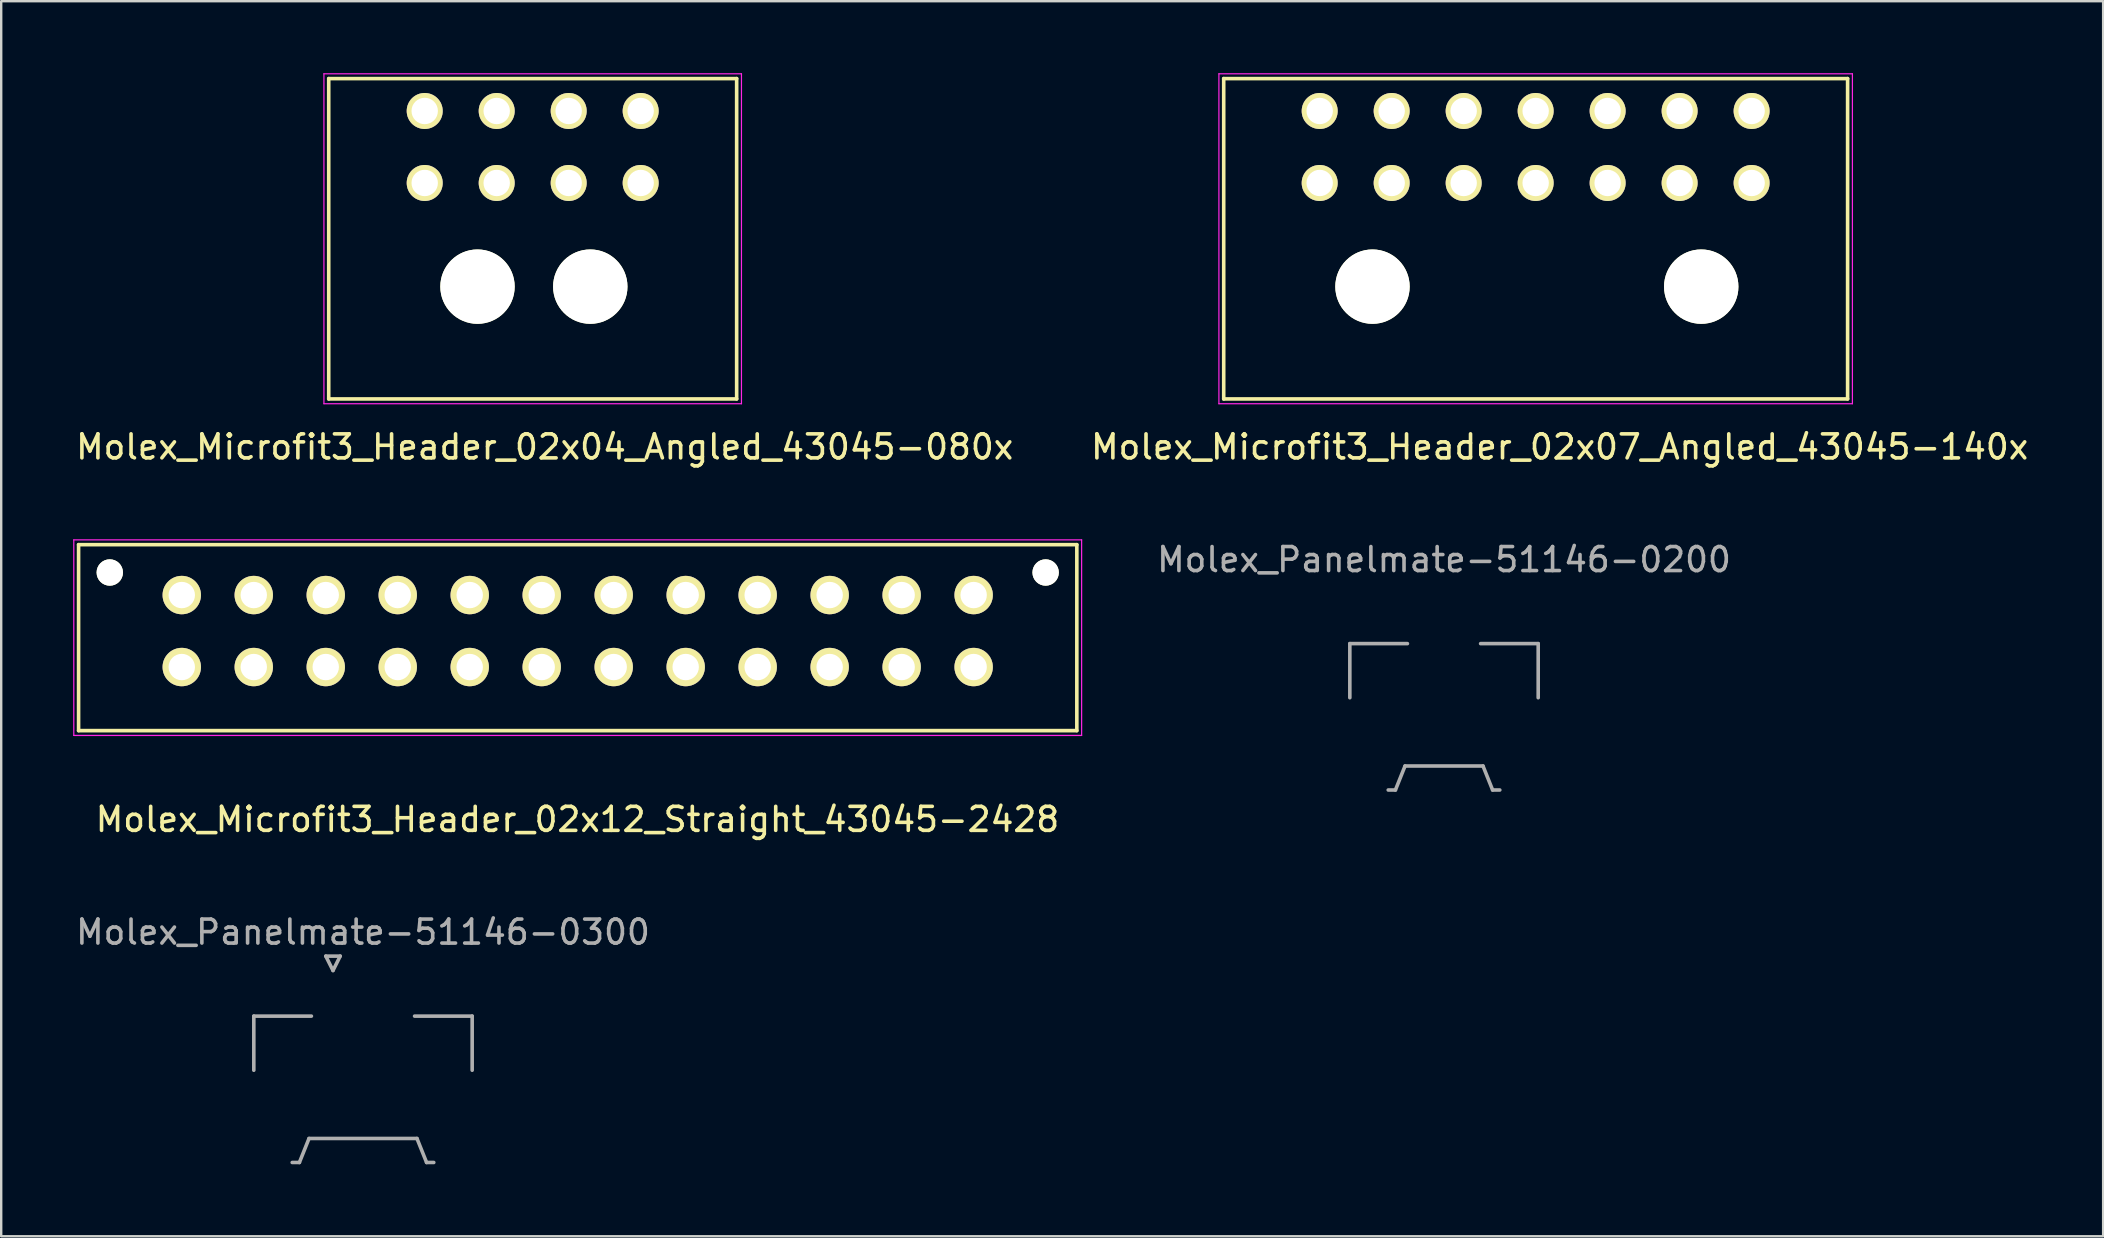
<source format=kicad_pcb>
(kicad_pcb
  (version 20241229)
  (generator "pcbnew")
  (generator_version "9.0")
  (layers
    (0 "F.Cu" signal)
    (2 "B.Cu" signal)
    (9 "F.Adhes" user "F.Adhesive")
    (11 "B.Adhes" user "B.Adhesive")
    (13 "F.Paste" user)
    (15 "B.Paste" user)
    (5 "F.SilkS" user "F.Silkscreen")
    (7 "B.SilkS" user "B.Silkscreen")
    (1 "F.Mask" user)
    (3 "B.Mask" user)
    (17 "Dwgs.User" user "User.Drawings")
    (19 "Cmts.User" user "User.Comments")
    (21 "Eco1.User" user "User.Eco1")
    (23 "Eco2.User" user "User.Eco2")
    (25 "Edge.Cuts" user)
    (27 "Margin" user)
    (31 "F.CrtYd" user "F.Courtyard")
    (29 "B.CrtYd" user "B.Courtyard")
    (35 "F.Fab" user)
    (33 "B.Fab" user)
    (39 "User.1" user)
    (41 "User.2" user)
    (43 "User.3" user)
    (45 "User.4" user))
  (footprint "Molex_Microfit3_Header_02x04_Angled_43045-080x"
    (layer "F.Cu")
    (at 23.649 4.575)
    (property "Reference" "Molex_Microfit3_Header_02x04_Angled_43045-080x" (at -4 11 0) (layer "F.SilkS") (effects (font (size 1 1) (thickness 0.15))))
    (attr through_hole)
    (fp_line (start -13 -4.35) (end 4 -4.35) (stroke (width 0.15) (type solid)) (layer "F.SilkS"))
    (fp_line (start -13 9) (end -13 -4.35) (stroke (width 0.15) (type solid)) (layer "F.SilkS"))
    (fp_line (start 4 -4.35) (end 4 9) (stroke (width 0.15) (type solid)) (layer "F.SilkS"))
    (fp_line (start 4 9) (end -13 9) (stroke (width 0.15) (type solid)) (layer "F.SilkS"))
    (fp_line (start -13.2 -4.55) (end -13.2 9.2) (stroke (width 0.05) (type solid)) (layer "F.CrtYd"))
    (fp_line (start -13.2 9.2) (end 4.2 9.2) (stroke (width 0.05) (type solid)) (layer "F.CrtYd"))
    (fp_line (start 4.2 -4.55) (end -13.2 -4.55) (stroke (width 0.05) (type solid)) (layer "F.CrtYd"))
    (fp_line (start 4.2 9.2) (end 4.2 -4.55) (stroke (width 0.05) (type solid)) (layer "F.CrtYd"))
    (pad "" np_thru_hole circle (at -6.8 4.32) (size 3.1 3.1) (drill 3.1) (layers "*.Cu" "*.Mask" "F.SilkS"))
    (pad "" np_thru_hole circle (at -2.1 4.32) (size 3.1 3.1) (drill 3.1) (layers "*.Cu" "*.Mask" "F.SilkS"))
    (pad "1" thru_hole circle (at 0 0) (size 1.5 1.5) (drill 1.1) (layers "*.Cu" "*.Mask" "F.SilkS"))
    (pad "2" thru_hole circle (at -3 0) (size 1.5 1.5) (drill 1.1) (layers "*.Cu" "*.Mask" "F.SilkS"))
    (pad "3" thru_hole circle (at -6 0) (size 1.5 1.5) (drill 1.1) (layers "*.Cu" "*.Mask" "F.SilkS"))
    (pad "4" thru_hole circle (at -9 0) (size 1.5 1.5) (drill 1.1) (layers "*.Cu" "*.Mask" "F.SilkS"))
    (pad "5" thru_hole circle (at 0 -3) (size 1.5 1.5) (drill 1.1) (layers "*.Cu" "*.Mask" "F.SilkS"))
    (pad "6" thru_hole circle (at -3 -3) (size 1.5 1.5) (drill 1.1) (layers "*.Cu" "*.Mask" "F.SilkS"))
    (pad "7" thru_hole circle (at -6 -3) (size 1.5 1.5) (drill 1.1) (layers "*.Cu" "*.Mask" "F.SilkS"))
    (pad "8" thru_hole circle (at -9 -3) (size 1.5 1.5) (drill 1.1) (layers "*.Cu" "*.Mask" "F.SilkS")))
  (footprint "Molex_Microfit3_Header_02x07_Angled_43045-140x"
    (layer "F.Cu")
    (at 69.946 4.575)
    (property "Reference" "Molex_Microfit3_Header_02x07_Angled_43045-140x" (at -8 11 0) (layer "F.SilkS") (effects (font (size 1 1) (thickness 0.15))))
    (attr through_hole)
    (fp_line (start -22 -4.35) (end 4 -4.35) (stroke (width 0.15) (type solid)) (layer "F.SilkS"))
    (fp_line (start -22 9) (end -22 -4.35) (stroke (width 0.15) (type solid)) (layer "F.SilkS"))
    (fp_line (start 4 -4.35) (end 4 9) (stroke (width 0.15) (type solid)) (layer "F.SilkS"))
    (fp_line (start 4 9) (end -22 9) (stroke (width 0.15) (type solid)) (layer "F.SilkS"))
    (fp_line (start -22.2 -4.55) (end -22.2 9.2) (stroke (width 0.05) (type solid)) (layer "F.CrtYd"))
    (fp_line (start -22.2 9.2) (end 4.2 9.2) (stroke (width 0.05) (type solid)) (layer "F.CrtYd"))
    (fp_line (start 4.2 -4.55) (end -22.2 -4.55) (stroke (width 0.05) (type solid)) (layer "F.CrtYd"))
    (fp_line (start 4.2 9.2) (end 4.2 -4.55) (stroke (width 0.05) (type solid)) (layer "F.CrtYd"))
    (pad "" np_thru_hole circle (at -15.8 4.32) (size 3.1 3.1) (drill 3.1) (layers "*.Cu" "*.Mask" "F.SilkS"))
    (pad "" np_thru_hole circle (at -2.1 4.32) (size 3.1 3.1) (drill 3.1) (layers "*.Cu" "*.Mask" "F.SilkS"))
    (pad "1" thru_hole circle (at 0 0) (size 1.5 1.5) (drill 1.1) (layers "*.Cu" "*.Mask" "F.SilkS"))
    (pad "2" thru_hole circle (at -3 0) (size 1.5 1.5) (drill 1.1) (layers "*.Cu" "*.Mask" "F.SilkS"))
    (pad "3" thru_hole circle (at -6 0) (size 1.5 1.5) (drill 1.1) (layers "*.Cu" "*.Mask" "F.SilkS"))
    (pad "4" thru_hole circle (at -9 0) (size 1.5 1.5) (drill 1.1) (layers "*.Cu" "*.Mask" "F.SilkS"))
    (pad "5" thru_hole circle (at -12 0) (size 1.5 1.5) (drill 1.1) (layers "*.Cu" "*.Mask" "F.SilkS"))
    (pad "6" thru_hole circle (at -15 0) (size 1.5 1.5) (drill 1.1) (layers "*.Cu" "*.Mask" "F.SilkS"))
    (pad "7" thru_hole circle (at -18 0) (size 1.5 1.5) (drill 1.1) (layers "*.Cu" "*.Mask" "F.SilkS"))
    (pad "8" thru_hole circle (at 0 -3) (size 1.5 1.5) (drill 1.1) (layers "*.Cu" "*.Mask" "F.SilkS"))
    (pad "9" thru_hole circle (at -3 -3) (size 1.5 1.5) (drill 1.1) (layers "*.Cu" "*.Mask" "F.SilkS"))
    (pad "10" thru_hole circle (at -6 -3) (size 1.5 1.5) (drill 1.1) (layers "*.Cu" "*.Mask" "F.SilkS"))
    (pad "11" thru_hole circle (at -9 -3) (size 1.5 1.5) (drill 1.1) (layers "*.Cu" "*.Mask" "F.SilkS"))
    (pad "12" thru_hole circle (at -12 -3) (size 1.5 1.5) (drill 1.1) (layers "*.Cu" "*.Mask" "F.SilkS"))
    (pad "13" thru_hole circle (at -15 -3) (size 1.5 1.5) (drill 1.1) (layers "*.Cu" "*.Mask" "F.SilkS"))
    (pad "14" thru_hole circle (at -18 -3) (size 1.5 1.5) (drill 1.1) (layers "*.Cu" "*.Mask" "F.SilkS")))
  (footprint "Molex_Microfit3_Header_02x12_Straight_43045-2428"
    (layer "F.Cu")
    (at 37.525 24.748)
    (property "Reference" "Molex_Microfit3_Header_02x12_Straight_43045-2428" (at -16.51 6.35 0) (layer "F.SilkS") (effects (font (size 1 1) (thickness 0.15))))
    (attr through_hole)
    (fp_line (start -37.3 2.65) (end -37.3 -5.1) (stroke (width 0.15) (type solid)) (layer "F.SilkS"))
    (fp_line (start 4.3 -5.1) (end -37.3 -5.1) (stroke (width 0.15) (type solid)) (layer "F.SilkS"))
    (fp_line (start 4.3 2.65) (end -37.3 2.65) (stroke (width 0.15) (type solid)) (layer "F.SilkS"))
    (fp_line (start 4.3 2.65) (end 4.3 -5.1) (stroke (width 0.15) (type solid)) (layer "F.SilkS"))
    (fp_line (start -37.5 2.85) (end -37.5 -5.3) (stroke (width 0.05) (type solid)) (layer "F.CrtYd"))
    (fp_line (start 4.5 -5.3) (end -37.5 -5.3) (stroke (width 0.05) (type solid)) (layer "F.CrtYd"))
    (fp_line (start 4.5 2.85) (end -37.5 2.85) (stroke (width 0.05) (type solid)) (layer "F.CrtYd"))
    (fp_line (start 4.5 2.85) (end 4.5 -5.3) (stroke (width 0.05) (type solid)) (layer "F.CrtYd"))
    (pad "" np_thru_hole circle (at -36 -3.94) (size 1.1 1.1) (drill 1.1) (layers "*.Cu" "*.Mask" "F.SilkS"))
    (pad "" np_thru_hole circle (at 3 -3.94) (size 1.1 1.1) (drill 1.1) (layers "*.Cu" "*.Mask" "F.SilkS"))
    (pad "1" thru_hole circle (at 0 0) (size 1.6 1.6) (drill 1.1) (layers "*.Cu" "*.Mask" "F.SilkS"))
    (pad "2" thru_hole circle (at -3 0) (size 1.6 1.6) (drill 1.1) (layers "*.Cu" "*.Mask" "F.SilkS"))
    (pad "3" thru_hole circle (at -6 0) (size 1.6 1.6) (drill 1.1) (layers "*.Cu" "*.Mask" "F.SilkS"))
    (pad "4" thru_hole circle (at -9 0) (size 1.6 1.6) (drill 1.1) (layers "*.Cu" "*.Mask" "F.SilkS"))
    (pad "5" thru_hole circle (at -12 0) (size 1.6 1.6) (drill 1.1) (layers "*.Cu" "*.Mask" "F.SilkS"))
    (pad "6" thru_hole circle (at -15 0) (size 1.6 1.6) (drill 1.1) (layers "*.Cu" "*.Mask" "F.SilkS"))
    (pad "7" thru_hole circle (at -18 0) (size 1.6 1.6) (drill 1.1) (layers "*.Cu" "*.Mask" "F.SilkS"))
    (pad "8" thru_hole circle (at -21 0) (size 1.6 1.6) (drill 1.1) (layers "*.Cu" "*.Mask" "F.SilkS"))
    (pad "9" thru_hole circle (at -24 0) (size 1.6 1.6) (drill 1.1) (layers "*.Cu" "*.Mask" "F.SilkS"))
    (pad "10" thru_hole circle (at -27 0) (size 1.6 1.6) (drill 1.1) (layers "*.Cu" "*.Mask" "F.SilkS"))
    (pad "11" thru_hole circle (at -30 0) (size 1.6 1.6) (drill 1.1) (layers "*.Cu" "*.Mask" "F.SilkS"))
    (pad "12" thru_hole circle (at -33 0) (size 1.6 1.6) (drill 1.1) (layers "*.Cu" "*.Mask" "F.SilkS"))
    (pad "13" thru_hole circle (at 0 -3) (size 1.6 1.6) (drill 1.1) (layers "*.Cu" "*.Mask" "F.SilkS"))
    (pad "14" thru_hole circle (at -3 -3) (size 1.6 1.6) (drill 1.1) (layers "*.Cu" "*.Mask" "F.SilkS"))
    (pad "15" thru_hole circle (at -6 -3) (size 1.6 1.6) (drill 1.1) (layers "*.Cu" "*.Mask" "F.SilkS"))
    (pad "16" thru_hole circle (at -9 -3) (size 1.6 1.6) (drill 1.1) (layers "*.Cu" "*.Mask" "F.SilkS"))
    (pad "17" thru_hole circle (at -12 -3) (size 1.6 1.6) (drill 1.1) (layers "*.Cu" "*.Mask" "F.SilkS"))
    (pad "18" thru_hole circle (at -15 -3) (size 1.6 1.6) (drill 1.1) (layers "*.Cu" "*.Mask" "F.SilkS"))
    (pad "19" thru_hole circle (at -18 -3) (size 1.6 1.6) (drill 1.1) (layers "*.Cu" "*.Mask" "F.SilkS"))
    (pad "20" thru_hole circle (at -21 -3) (size 1.6 1.6) (drill 1.1) (layers "*.Cu" "*.Mask" "F.SilkS"))
    (pad "21" thru_hole circle (at -24 -3) (size 1.6 1.6) (drill 1.1) (layers "*.Cu" "*.Mask" "F.SilkS"))
    (pad "22" thru_hole circle (at -27 -3) (size 1.6 1.6) (drill 1.1) (layers "*.Cu" "*.Mask" "F.SilkS"))
    (pad "23" thru_hole circle (at -30 -3) (size 1.6 1.6) (drill 1.1) (layers "*.Cu" "*.Mask" "F.SilkS"))
    (pad "24" thru_hole circle (at -33 -3) (size 1.6 1.6) (drill 1.1) (layers "*.Cu" "*.Mask" "F.SilkS")))
  (footprint "Molex_Panelmate-51146-0300"
    (layer "F.Cu")
    (at 12.077 41.285)
    (property "Reference" "Molex_Panelmate-51146-0300" (at 0 -5.49 0) (layer "F.Fab") (effects (font (size 1 1) (thickness 0.15))))
    (attr smd)
    (fp_line (start -4.55 -1.99) (end -4.55 0.265) (stroke (width 0.15) (type solid)) (layer "F.Fab"))
    (fp_line (start -2.95 4.11) (end -2.65 4.11) (stroke (width 0.15) (type solid)) (layer "F.Fab"))
    (fp_line (start -2.65 4.11) (end -2.25 3.11) (stroke (width 0.15) (type solid)) (layer "F.Fab"))
    (fp_line (start -2.25 3.11) (end 2.25 3.11) (stroke (width 0.15) (type solid)) (layer "F.Fab"))
    (fp_line (start -2.15 -1.99) (end -4.55 -1.99) (stroke (width 0.15) (type solid)) (layer "F.Fab"))
    (fp_line (start -1.55 -4.49) (end -1.25 -3.89) (stroke (width 0.15) (type solid)) (layer "F.Fab"))
    (fp_line (start -1.25 -3.89) (end -0.95 -4.49) (stroke (width 0.15) (type solid)) (layer "F.Fab"))
    (fp_line (start -0.95 -4.49) (end -1.55 -4.49) (stroke (width 0.15) (type solid)) (layer "F.Fab"))
    (fp_line (start 2.15 -1.99) (end 4.55 -1.99) (stroke (width 0.15) (type solid)) (layer "F.Fab"))
    (fp_line (start 2.25 3.11) (end 2.65 4.11) (stroke (width 0.15) (type solid)) (layer "F.Fab"))
    (fp_line (start 2.65 4.11) (end 2.95 4.11) (stroke (width 0.15) (type solid)) (layer "F.Fab"))
    (fp_line (start 4.55 -1.99) (end 4.55 0.265) (stroke (width 0.15) (type solid)) (layer "F.Fab")))
  (footprint "Molex_Panelmate-51146-0200"
    (layer "F.Cu")
    (at 57.127 25.762)
    (property "Reference" "Molex_Panelmate-51146-0200" (at 0 -5.49 0) (layer "F.Fab") (effects (font (size 1 1) (thickness 0.15))))
    (attr smd)
    (fp_line (start -3.925 -1.99) (end -3.925 0.265) (stroke (width 0.15) (type solid)) (layer "F.Fab"))
    (fp_line (start -2.325 4.11) (end -2.025 4.11) (stroke (width 0.15) (type solid)) (layer "F.Fab"))
    (fp_line (start -2.025 4.11) (end -1.625 3.11) (stroke (width 0.15) (type solid)) (layer "F.Fab"))
    (fp_line (start -1.625 3.11) (end 1.625 3.11) (stroke (width 0.15) (type solid)) (layer "F.Fab"))
    (fp_line (start -1.525 -1.99) (end -3.925 -1.99) (stroke (width 0.15) (type solid)) (layer "F.Fab"))
    (fp_line (start 1.525 -1.99) (end 3.925 -1.99) (stroke (width 0.15) (type solid)) (layer "F.Fab"))
    (fp_line (start 1.625 3.11) (end 2.025 4.11) (stroke (width 0.15) (type solid)) (layer "F.Fab"))
    (fp_line (start 2.025 4.11) (end 2.325 4.11) (stroke (width 0.15) (type solid)) (layer "F.Fab"))
    (fp_line (start 3.925 -1.99) (end 3.925 0.265) (stroke (width 0.15) (type solid)) (layer "F.Fab")))
  (gr_rect
    (start -3 -3)
    (end 84.595 48.47)
    (stroke (width 0.1) (type default))
    (fill no)
    (layer "Edge.Cuts")))
</source>
